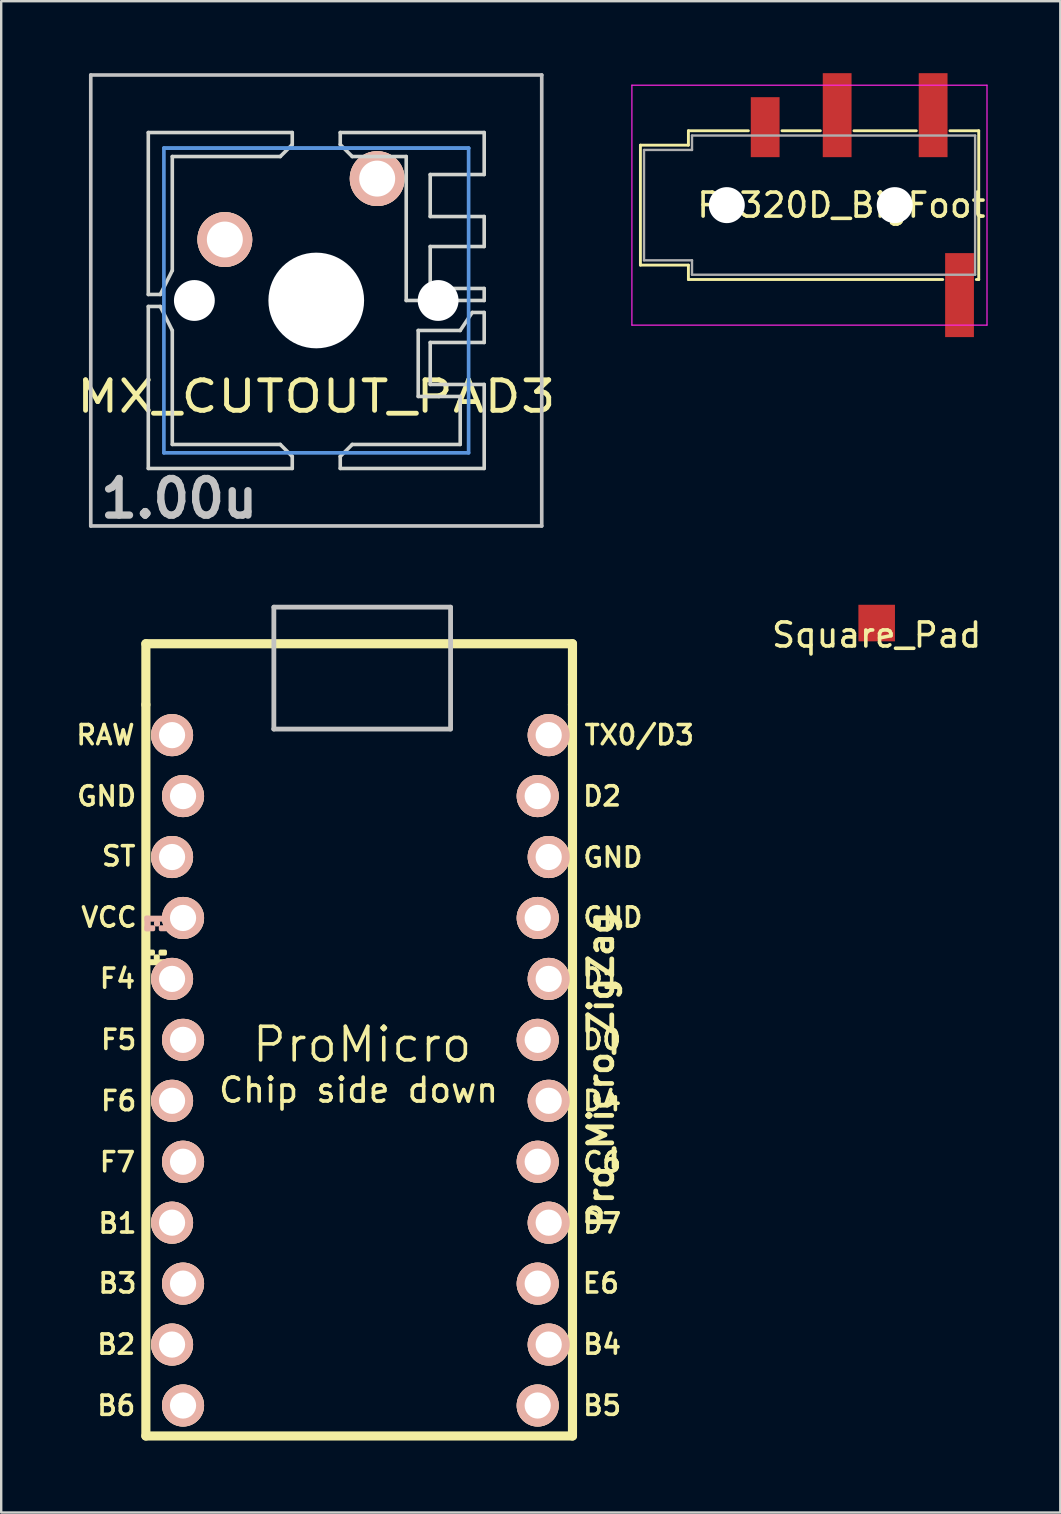
<source format=kicad_pcb>
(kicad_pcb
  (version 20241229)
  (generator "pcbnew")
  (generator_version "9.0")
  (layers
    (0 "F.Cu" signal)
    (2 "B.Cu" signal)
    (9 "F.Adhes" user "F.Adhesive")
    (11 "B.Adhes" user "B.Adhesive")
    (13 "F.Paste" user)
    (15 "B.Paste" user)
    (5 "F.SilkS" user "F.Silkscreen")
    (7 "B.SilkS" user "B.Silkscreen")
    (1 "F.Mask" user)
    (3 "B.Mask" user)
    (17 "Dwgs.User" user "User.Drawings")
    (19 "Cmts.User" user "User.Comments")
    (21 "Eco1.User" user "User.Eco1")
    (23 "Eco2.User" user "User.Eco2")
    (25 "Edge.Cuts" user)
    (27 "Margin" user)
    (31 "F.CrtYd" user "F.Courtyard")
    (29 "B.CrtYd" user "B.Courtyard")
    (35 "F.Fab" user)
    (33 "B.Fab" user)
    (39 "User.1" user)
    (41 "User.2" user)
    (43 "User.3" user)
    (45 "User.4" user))
  (footprint "MX_CUTOUT_PAD3"
    (layer "F.Cu")
    (at 10.131 9.474)
    (property "Reference" "MX_CUTOUT_PAD3" (at 0 4 0) (layer "F.SilkS") (effects (font (size 1.27 1.524) (thickness 0.203))))
    (attr through_hole)
    (fp_line (start -9.398 -9.398) (end 9.398 -9.398) (stroke (width 0.152) (type solid)) (layer "Dwgs.User"))
    (fp_line (start -9.398 9.398) (end -9.398 -9.398) (stroke (width 0.152) (type solid)) (layer "Dwgs.User"))
    (fp_line (start 9.398 -9.398) (end 9.398 9.398) (stroke (width 0.152) (type solid)) (layer "Dwgs.User"))
    (fp_line (start 9.398 9.398) (end -9.398 9.398) (stroke (width 0.152) (type solid)) (layer "Dwgs.User"))
    (fp_line (start -6.35 -6.35) (end 6.35 -6.35) (stroke (width 0.152) (type solid)) (layer "Cmts.User"))
    (fp_line (start -6.35 -6.35) (end 6.35 -6.35) (stroke (width 0.152) (type solid)) (layer "Cmts.User"))
    (fp_line (start -6.35 6.35) (end -6.35 -6.35) (stroke (width 0.152) (type solid)) (layer "Cmts.User"))
    (fp_line (start 6.35 -6.35) (end 6.35 6.35) (stroke (width 0.152) (type solid)) (layer "Cmts.User"))
    (fp_line (start 6.35 6.35) (end -6.35 6.35) (stroke (width 0.152) (type solid)) (layer "Cmts.User"))
    (fp_line (start -6.985 -6.985) (end 6.985 -6.985) (stroke (width 0.152) (type solid)) (layer "Eco2.User"))
    (fp_line (start -6.985 -6.985) (end 6.985 -6.985) (stroke (width 0.152) (type solid)) (layer "Eco2.User"))
    (fp_line (start -6.985 6.985) (end -6.985 -6.985) (stroke (width 0.152) (type solid)) (layer "Eco2.User"))
    (fp_line (start 6.985 -6.985) (end 6.985 6.985) (stroke (width 0.152) (type solid)) (layer "Eco2.User"))
    (fp_line (start 6.985 6.985) (end -6.985 6.985) (stroke (width 0.152) (type solid)) (layer "Eco2.User"))
    (fp_line (start -7 -7) (end -1 -7) (stroke (width 0.15) (type solid)) (layer "Edge.Cuts"))
    (fp_line (start -7 -0.25) (end -7 -7) (stroke (width 0.15) (type solid)) (layer "Edge.Cuts"))
    (fp_line (start -7 -0.25) (end -6.5 -0.25) (stroke (width 0.15) (type solid)) (layer "Edge.Cuts"))
    (fp_line (start -7 0.25) (end -7 7) (stroke (width 0.15) (type solid)) (layer "Edge.Cuts"))
    (fp_line (start -7 0.25) (end -6.5 0.25) (stroke (width 0.15) (type solid)) (layer "Edge.Cuts"))
    (fp_line (start -7 7) (end -1 7) (stroke (width 0.15) (type solid)) (layer "Edge.Cuts"))
    (fp_line (start -6.5 -0.25) (end -6 -1.25) (stroke (width 0.15) (type solid)) (layer "Edge.Cuts"))
    (fp_line (start -6.5 0.25) (end -6 1.25) (stroke (width 0.15) (type solid)) (layer "Edge.Cuts"))
    (fp_line (start -6 -1.25) (end -6 -6) (stroke (width 0.15) (type solid)) (layer "Edge.Cuts"))
    (fp_line (start -6 1.25) (end -6 6) (stroke (width 0.15) (type solid)) (layer "Edge.Cuts"))
    (fp_line (start -1.5 -6) (end -6 -6) (stroke (width 0.15) (type solid)) (layer "Edge.Cuts"))
    (fp_line (start -1.5 6) (end -6 6) (stroke (width 0.15) (type solid)) (layer "Edge.Cuts"))
    (fp_line (start -1 -7) (end -1 -6.5) (stroke (width 0.15) (type solid)) (layer "Edge.Cuts"))
    (fp_line (start -1 -6.5) (end -1.5 -6) (stroke (width 0.15) (type solid)) (layer "Edge.Cuts"))
    (fp_line (start -1 6.5) (end -1.5 6) (stroke (width 0.15) (type solid)) (layer "Edge.Cuts"))
    (fp_line (start -1 7) (end -1 6.5) (stroke (width 0.15) (type solid)) (layer "Edge.Cuts"))
    (fp_line (start 1 -7) (end 1 -6.5) (stroke (width 0.15) (type solid)) (layer "Edge.Cuts"))
    (fp_line (start 1 -6.5) (end 1.5 -6) (stroke (width 0.15) (type solid)) (layer "Edge.Cuts"))
    (fp_line (start 1 6.5) (end 1.5 6) (stroke (width 0.15) (type solid)) (layer "Edge.Cuts"))
    (fp_line (start 1 7) (end 1 6.5) (stroke (width 0.15) (type solid)) (layer "Edge.Cuts"))
    (fp_line (start 1.5 -6) (end 3.75 -6) (stroke (width 0.15) (type solid)) (layer "Edge.Cuts"))
    (fp_line (start 1.5 6) (end 6 6) (stroke (width 0.15) (type solid)) (layer "Edge.Cuts"))
    (fp_line (start 3.75 -6) (end 3.75 0) (stroke (width 0.15) (type solid)) (layer "Edge.Cuts"))
    (fp_line (start 3.75 0) (end 7 0) (stroke (width 0.15) (type solid)) (layer "Edge.Cuts"))
    (fp_line (start 4.25 1.25) (end 4.25 4) (stroke (width 0.15) (type solid)) (layer "Edge.Cuts"))
    (fp_line (start 4.25 4) (end 6 4) (stroke (width 0.15) (type solid)) (layer "Edge.Cuts"))
    (fp_line (start 4.75 -5.25) (end 7 -5.25) (stroke (width 0.15) (type solid)) (layer "Edge.Cuts"))
    (fp_line (start 4.75 -3.5) (end 4.75 -5.25) (stroke (width 0.15) (type solid)) (layer "Edge.Cuts"))
    (fp_line (start 4.75 -3.5) (end 7 -3.5) (stroke (width 0.15) (type solid)) (layer "Edge.Cuts"))
    (fp_line (start 4.75 -2.25) (end 7 -2.25) (stroke (width 0.15) (type solid)) (layer "Edge.Cuts"))
    (fp_line (start 4.75 -0.5) (end 4.75 -2.25) (stroke (width 0.15) (type solid)) (layer "Edge.Cuts"))
    (fp_line (start 4.75 1.75) (end 7 1.75) (stroke (width 0.15) (type solid)) (layer "Edge.Cuts"))
    (fp_line (start 4.75 3.5) (end 4.75 1.75) (stroke (width 0.15) (type solid)) (layer "Edge.Cuts"))
    (fp_line (start 6 1.25) (end 4.25 1.25) (stroke (width 0.15) (type solid)) (layer "Edge.Cuts"))
    (fp_line (start 6 4) (end 6 6) (stroke (width 0.15) (type solid)) (layer "Edge.Cuts"))
    (fp_line (start 6.5 0.5) (end 6 1.25) (stroke (width 0.15) (type solid)) (layer "Edge.Cuts"))
    (fp_line (start 7 -7) (end 1 -7) (stroke (width 0.15) (type solid)) (layer "Edge.Cuts"))
    (fp_line (start 7 -5.25) (end 7 -7) (stroke (width 0.15) (type solid)) (layer "Edge.Cuts"))
    (fp_line (start 7 -2.25) (end 7 -3.5) (stroke (width 0.15) (type solid)) (layer "Edge.Cuts"))
    (fp_line (start 7 -0.5) (end 4.75 -0.5) (stroke (width 0.15) (type solid)) (layer "Edge.Cuts"))
    (fp_line (start 7 0) (end 7 -0.5) (stroke (width 0.15) (type solid)) (layer "Edge.Cuts"))
    (fp_line (start 7 0.5) (end 6.5 0.5) (stroke (width 0.15) (type solid)) (layer "Edge.Cuts"))
    (fp_line (start 7 0.5) (end 7 1.75) (stroke (width 0.15) (type solid)) (layer "Edge.Cuts"))
    (fp_line (start 7 3.5) (end 4.75 3.5) (stroke (width 0.15) (type solid)) (layer "Edge.Cuts"))
    (fp_line (start 7 3.5) (end 7 7) (stroke (width 0.15) (type solid)) (layer "Edge.Cuts"))
    (fp_line (start 7 7) (end 1 7) (stroke (width 0.15) (type solid)) (layer "Edge.Cuts"))
    (fp_text user "1.00u" (at -5.715 8.255 0) (layer "Dwgs.User") (effects (font (size 1.524 1.524) (thickness 0.305))))
    (pad "" np_thru_hole circle (at -5.08 0) (size 1.702 1.702) (drill 1.702) (layers "*.Cu" "*.Mask"))
    (pad "" np_thru_hole circle (at 0 0) (size 3.988 3.988) (drill 3.988) (layers "*.Cu"))
    (pad "" np_thru_hole circle (at 5.08 0) (size 1.702 1.702) (drill 1.702) (layers "*.Cu" "*.Mask"))
    (pad "1" thru_hole circle (at 2.54 -5.08) (size 2.286 2.286) (drill 1.499) (layers "*.Cu" "*.SilkS" "*.Mask"))
    (pad "2" thru_hole circle (at -3.81 -2.54) (size 2.286 2.286) (drill 1.499) (layers "*.Cu" "*.SilkS" "*.Mask")))
  (footprint "PJ320D_BigFoot"
    (layer "F.Cu")
    (at 32.017 5.5)
    (property "Reference" "PJ320D_BigFoot" (at 0 0 0) (layer "F.SilkS") (effects (font (size 1 1) (thickness 0.15))))
    (attr smd)
    (fp_line (start -8.375 -2.5) (end -8.375 2.5) (stroke (width 0.12) (type solid)) (layer "F.SilkS"))
    (fp_line (start -6.375 -3.1) (end -6.375 -2.5) (stroke (width 0.12) (type solid)) (layer "F.SilkS"))
    (fp_line (start -6.375 -3.1) (end -3.875 -3.1) (stroke (width 0.12) (type solid)) (layer "F.SilkS"))
    (fp_line (start -6.375 -2.5) (end -8.375 -2.5) (stroke (width 0.12) (type solid)) (layer "F.SilkS"))
    (fp_line (start -6.375 2.5) (end -8.375 2.5) (stroke (width 0.12) (type solid)) (layer "F.SilkS"))
    (fp_line (start -6.375 2.5) (end -6.375 3.1) (stroke (width 0.12) (type solid)) (layer "F.SilkS"))
    (fp_line (start -2.475 -3.1) (end -0.875 -3.1) (stroke (width 0.12) (type solid)) (layer "F.SilkS"))
    (fp_line (start 0.525 -3.1) (end 3.125 -3.1) (stroke (width 0.12) (type solid)) (layer "F.SilkS"))
    (fp_line (start 4.225 3.1) (end -6.375 3.1) (stroke (width 0.12) (type solid)) (layer "F.SilkS"))
    (fp_line (start 4.525 -3.1) (end 5.725 -3.1) (stroke (width 0.12) (type solid)) (layer "F.SilkS"))
    (fp_line (start 5.625 3.1) (end 5.725 3.1) (stroke (width 0.12) (type solid)) (layer "F.SilkS"))
    (fp_line (start 5.725 3.1) (end 5.725 -3.1) (stroke (width 0.12) (type solid)) (layer "F.SilkS"))
    (fp_line (start -8.73 -5) (end 6.07 -5) (stroke (width 0.05) (type solid)) (layer "F.CrtYd"))
    (fp_line (start -8.73 5) (end -8.73 -5) (stroke (width 0.05) (type solid)) (layer "F.CrtYd"))
    (fp_line (start -8.73 5) (end 6.07 5) (stroke (width 0.05) (type solid)) (layer "F.CrtYd"))
    (fp_line (start 6.07 5) (end 6.07 -5) (stroke (width 0.05) (type solid)) (layer "F.CrtYd"))
    (fp_line (start -8.225 -2.3) (end -6.225 -2.3) (stroke (width 0.1) (type solid)) (layer "F.Fab"))
    (fp_line (start -8.225 2.3) (end -8.225 -2.3) (stroke (width 0.1) (type solid)) (layer "F.Fab"))
    (fp_line (start -6.225 -2.9) (end 5.575 -2.9) (stroke (width 0.1) (type solid)) (layer "F.Fab"))
    (fp_line (start -6.225 -2.3) (end -6.225 -2.9) (stroke (width 0.1) (type solid)) (layer "F.Fab"))
    (fp_line (start -6.225 2.3) (end -8.225 2.3) (stroke (width 0.1) (type solid)) (layer "F.Fab"))
    (fp_line (start -6.225 2.9) (end -6.225 2.3) (stroke (width 0.1) (type solid)) (layer "F.Fab"))
    (fp_line (start 5.575 -2.9) (end 5.575 2.9) (stroke (width 0.1) (type solid)) (layer "F.Fab"))
    (fp_line (start 5.575 2.9) (end -6.225 2.9) (stroke (width 0.1) (type solid)) (layer "F.Fab"))
    (pad "" np_thru_hole circle (at -4.775 0) (size 1.5 1.5) (drill 1.5) (layers "*.Cu" "*.Mask"))
    (pad "" np_thru_hole circle (at 2.225 0) (size 1.5 1.5) (drill 1.5) (layers "*.Cu" "*.Mask"))
    (pad "1" smd rect (at 3.825 -3.75) (size 1.2 3.5) (layers "F.Cu" "F.Mask" "F.Paste"))
    (pad "2" smd rect (at -0.175 -3.75) (size 1.2 3.5) (layers "F.Cu" "F.Mask" "F.Paste"))
    (pad "3" smd rect (at -3.175 -3.25) (size 1.2 2.5) (layers "F.Cu" "F.Mask" "F.Paste"))
    (pad "4" smd rect (at 4.925 3.75) (size 1.2 3.5) (layers "F.Cu" "F.Mask" "F.Paste")))
  (footprint "Square_Pad"
    (layer "F.Cu")
    (at 33.489 22.918)
    (property "Reference" "Square_Pad" (at 0 0.5 0) (layer "F.SilkS") (effects (font (size 1 1) (thickness 0.15))))
    (attr through_hole)
    (pad "1" smd rect (at 0 0) (size 1.524 1.524) (layers "F.Cu" "F.Mask" "F.Paste")))
  (footprint "Pro_Micro_ZigZag"
    (layer "F.Cu")
    (at 12.395 41.535)
    (property "Reference" "Pro_Micro_ZigZag" (at 9.6 0 90) (layer "F.SilkS") (effects (font (size 1 1) (thickness 0.2))))
    (attr through_hole)
    (fp_line (start -9.365 -17.755) (end 8.415 -17.755) (stroke (width 0.381) (type solid)) (layer "F.SilkS"))
    (fp_line (start -9.365 -15.215) (end -9.365 -17.755) (stroke (width 0.381) (type solid)) (layer "F.SilkS"))
    (fp_line (start -9.365 15.265) (end -9.365 -15.215) (stroke (width 0.381) (type solid)) (layer "F.SilkS"))
    (fp_line (start 8.415 -17.755) (end 8.415 -15.215) (stroke (width 0.381) (type solid)) (layer "F.SilkS"))
    (fp_line (start 8.415 -15.215) (end 8.415 15.265) (stroke (width 0.381) (type solid)) (layer "F.SilkS"))
    (fp_line (start 8.415 15.265) (end -9.365 15.265) (stroke (width 0.381) (type solid)) (layer "F.SilkS"))
    (fp_poly (pts (xy -9.361 -4.932) (xy -9.261 -4.932) (xy -9.261 -4.432) (xy -9.361 -4.432)) (stroke (width 0.15) (type solid)) (fill yes) (layer "F.SilkS"))
    (fp_poly (pts (xy -9.361 -4.932) (xy -9.061 -4.932) (xy -9.061 -4.832) (xy -9.361 -4.832)) (stroke (width 0.15) (type solid)) (fill yes) (layer "F.SilkS"))
    (fp_poly (pts (xy -9.361 -4.532) (xy -8.561 -4.532) (xy -8.561 -4.432) (xy -9.361 -4.432)) (stroke (width 0.15) (type solid)) (fill yes) (layer "F.SilkS"))
    (fp_poly (pts (xy -8.961 -4.732) (xy -8.861 -4.732) (xy -8.861 -4.632) (xy -8.961 -4.632)) (stroke (width 0.15) (type solid)) (fill yes) (layer "F.SilkS"))
    (fp_poly (pts (xy -8.761 -4.932) (xy -8.561 -4.932) (xy -8.561 -4.832) (xy -8.761 -4.832)) (stroke (width 0.15) (type solid)) (fill yes) (layer "F.SilkS"))
    (fp_poly (pts (xy -9.351 -6.245) (xy -8.551 -6.245) (xy -8.551 -6.345) (xy -9.351 -6.345)) (stroke (width 0.15) (type solid)) (fill yes) (layer "B.SilkS"))
    (fp_poly (pts (xy -9.351 -5.845) (xy -9.251 -5.845) (xy -9.251 -6.345) (xy -9.351 -6.345)) (stroke (width 0.15) (type solid)) (fill yes) (layer "B.SilkS"))
    (fp_poly (pts (xy -9.351 -5.845) (xy -9.051 -5.845) (xy -9.051 -5.945) (xy -9.351 -5.945)) (stroke (width 0.15) (type solid)) (fill yes) (layer "B.SilkS"))
    (fp_poly (pts (xy -8.951 -6.045) (xy -8.851 -6.045) (xy -8.851 -6.145) (xy -8.951 -6.145)) (stroke (width 0.15) (type solid)) (fill yes) (layer "B.SilkS"))
    (fp_poly (pts (xy -8.751 -5.845) (xy -8.551 -5.845) (xy -8.551 -5.945) (xy -8.751 -5.945)) (stroke (width 0.15) (type solid)) (fill yes) (layer "B.SilkS"))
    (fp_line (start -4.031 -19.279) (end -4.031 -14.199) (stroke (width 0.2) (type solid)) (layer "Dwgs.User"))
    (fp_line (start 3.331 -14.199) (end -4.035 -14.199) (stroke (width 0.2) (type solid)) (layer "Dwgs.User"))
    (fp_line (start 3.335 -19.279) (end -4.031 -19.279) (stroke (width 0.2) (type solid)) (layer "Dwgs.User"))
    (fp_line (start 3.335 -14.199) (end 3.335 -19.279) (stroke (width 0.2) (type solid)) (layer "Dwgs.User"))
    (fp_text user "TX0/D3" (at 11.2 -13.95 0) (layer "F.SilkS") (effects (font (size 0.8 0.8) (thickness 0.15))))
    (fp_text user "D2" (at 9.65 -11.4 0) (layer "F.SilkS") (effects (font (size 0.8 0.8) (thickness 0.15))))
    (fp_text user "B6" (at -10.6 14 0) (layer "F.SilkS") (effects (font (size 0.8 0.8) (thickness 0.15))))
    (fp_text user "VCC" (at -10.9 -6.35 0) (layer "F.SilkS") (effects (font (size 0.8 0.8) (thickness 0.15))))
    (fp_text user "D1" (at 9.65 -3.8 0) (layer "F.SilkS") (effects (font (size 0.8 0.8) (thickness 0.15))))
    (fp_text user "F5" (at -10.5 -1.25 0) (layer "F.SilkS") (effects (font (size 0.8 0.8) (thickness 0.15))))
    (fp_text user "F7" (at -10.55 3.85 0) (layer "F.SilkS") (effects (font (size 0.8 0.8) (thickness 0.15))))
    (fp_text user "D0" (at 9.65 -1.25 0) (layer "F.SilkS") (effects (font (size 0.8 0.8) (thickness 0.15))))
    (fp_text user "ST" (at -10.5 -8.9 0) (layer "F.SilkS") (effects (font (size 0.8 0.8) (thickness 0.15))))
    (fp_text user "Chip side down" (at -0.5 0.85 180) (layer "F.SilkS") (effects (font (size 1 1) (thickness 0.15))))
    (fp_text user "C6" (at 9.65 3.85 0) (layer "F.SilkS") (effects (font (size 0.8 0.8) (thickness 0.15))))
    (fp_text user "E6" (at 9.6 8.9 0) (layer "F.SilkS") (effects (font (size 0.8 0.8) (thickness 0.15))))
    (fp_text user "B4" (at 9.65 11.45 0) (layer "F.SilkS") (effects (font (size 0.8 0.8) (thickness 0.15))))
    (fp_text user "B5" (at 9.65 14 0) (layer "F.SilkS") (effects (font (size 0.8 0.8) (thickness 0.15))))
    (fp_text user "GND" (at 10.1 -8.85 0) (layer "F.SilkS") (effects (font (size 0.8 0.8) (thickness 0.15))))
    (fp_text user "ProMicro" (at -0.35 -1.05 0) (layer "F.SilkS") (effects (font (size 1.4 1.4) (thickness 0.15))))
    (fp_text user "GND" (at -11 -11.4 0) (layer "F.SilkS") (effects (font (size 0.8 0.8) (thickness 0.15))))
    (fp_text user "F6" (at -10.5 1.3 0) (layer "F.SilkS") (effects (font (size 0.8 0.8) (thickness 0.15))))
    (fp_text user "B2" (at -10.6 11.45 0) (layer "F.SilkS") (effects (font (size 0.8 0.8) (thickness 0.15))))
    (fp_text user "D4" (at 9.65 1.3 0) (layer "F.SilkS") (effects (font (size 0.8 0.8) (thickness 0.15))))
    (fp_text user "RAW" (at -11.05 -13.95 0) (layer "F.SilkS") (effects (font (size 0.8 0.8) (thickness 0.15))))
    (fp_text user "F4" (at -10.55 -3.8 0) (layer "F.SilkS") (effects (font (size 0.8 0.8) (thickness 0.15))))
    (fp_text user "B3" (at -10.55 8.9 0) (layer "F.SilkS") (effects (font (size 0.8 0.8) (thickness 0.15))))
    (fp_text user "B1" (at -10.55 6.4 0) (layer "F.SilkS") (effects (font (size 0.8 0.8) (thickness 0.15))))
    (fp_text user "D7" (at 9.65 6.4 0) (layer "F.SilkS") (effects (font (size 0.8 0.8) (thickness 0.15))))
    (fp_text user "GND" (at 10.1 -6.35 0) (layer "F.SilkS") (effects (font (size 0.8 0.8) (thickness 0.15))))
    (pad "1" thru_hole circle (at -8.274 -13.945 270) (size 1.753 1.753) (drill 1.092) (layers "*.Cu" "*.SilkS" "*.Mask"))
    (pad "2" thru_hole circle (at -7.816 -11.405 270) (size 1.753 1.753) (drill 1.092) (layers "*.Cu" "*.SilkS" "*.Mask"))
    (pad "3" thru_hole circle (at -8.274 -8.865 270) (size 1.753 1.753) (drill 1.092) (layers "*.Cu" "*.SilkS" "*.Mask"))
    (pad "4" thru_hole circle (at -7.816 -6.325 270) (size 1.753 1.753) (drill 1.092) (layers "*.Cu" "*.SilkS" "*.Mask"))
    (pad "5" thru_hole circle (at -8.274 -3.785 270) (size 1.753 1.753) (drill 1.092) (layers "*.Cu" "*.SilkS" "*.Mask"))
    (pad "6" thru_hole circle (at -7.816 -1.245 270) (size 1.753 1.753) (drill 1.092) (layers "*.Cu" "*.SilkS" "*.Mask"))
    (pad "7" thru_hole circle (at -8.274 1.295 270) (size 1.753 1.753) (drill 1.092) (layers "*.Cu" "*.SilkS" "*.Mask"))
    (pad "8" thru_hole circle (at -7.816 3.835 270) (size 1.753 1.753) (drill 1.092) (layers "*.Cu" "*.SilkS" "*.Mask"))
    (pad "9" thru_hole circle (at -8.274 6.375 270) (size 1.753 1.753) (drill 1.092) (layers "*.Cu" "*.SilkS" "*.Mask"))
    (pad "10" thru_hole circle (at -7.816 8.915 270) (size 1.753 1.753) (drill 1.092) (layers "*.Cu" "*.SilkS" "*.Mask"))
    (pad "11" thru_hole circle (at -8.274 11.455 270) (size 1.753 1.753) (drill 1.092) (layers "*.Cu" "*.SilkS" "*.Mask"))
    (pad "12" thru_hole circle (at -7.816 13.995 270) (size 1.753 1.753) (drill 1.092) (layers "*.Cu" "*.SilkS" "*.Mask"))
    (pad "13" thru_hole circle (at 7.424 -13.945 270) (size 1.753 1.753) (drill 1.092) (layers "*.Cu" "*.SilkS" "*.Mask"))
    (pad "14" thru_hole circle (at 6.966 -11.405 270) (size 1.753 1.753) (drill 1.092) (layers "*.Cu" "*.SilkS" "*.Mask"))
    (pad "15" thru_hole circle (at 7.424 -8.865 270) (size 1.753 1.753) (drill 1.092) (layers "*.Cu" "*.SilkS" "*.Mask"))
    (pad "16" thru_hole circle (at 6.966 -6.325 270) (size 1.753 1.753) (drill 1.092) (layers "*.Cu" "*.SilkS" "*.Mask"))
    (pad "17" thru_hole circle (at 7.424 -3.785 270) (size 1.753 1.753) (drill 1.092) (layers "*.Cu" "*.SilkS" "*.Mask"))
    (pad "18" thru_hole circle (at 6.966 -1.245 270) (size 1.753 1.753) (drill 1.092) (layers "*.Cu" "*.SilkS" "*.Mask"))
    (pad "19" thru_hole circle (at 7.424 1.295 270) (size 1.753 1.753) (drill 1.092) (layers "*.Cu" "*.SilkS" "*.Mask"))
    (pad "20" thru_hole circle (at 6.966 3.835 270) (size 1.753 1.753) (drill 1.092) (layers "*.Cu" "*.SilkS" "*.Mask"))
    (pad "21" thru_hole circle (at 7.424 6.375 270) (size 1.753 1.753) (drill 1.092) (layers "*.Cu" "*.SilkS" "*.Mask"))
    (pad "22" thru_hole circle (at 6.966 8.915 270) (size 1.753 1.753) (drill 1.092) (layers "*.Cu" "*.SilkS" "*.Mask"))
    (pad "23" thru_hole circle (at 7.424 11.455 270) (size 1.753 1.753) (drill 1.092) (layers "*.Cu" "*.SilkS" "*.Mask"))
    (pad "24" thru_hole circle (at 6.966 13.995 270) (size 1.753 1.753) (drill 1.092) (layers "*.Cu" "*.SilkS" "*.Mask")))
  (gr_rect
    (start -3 -3)
    (end 41.142 59.99)
    (stroke (width 0.1) (type default))
    (fill no)
    (layer "Edge.Cuts")))
</source>
